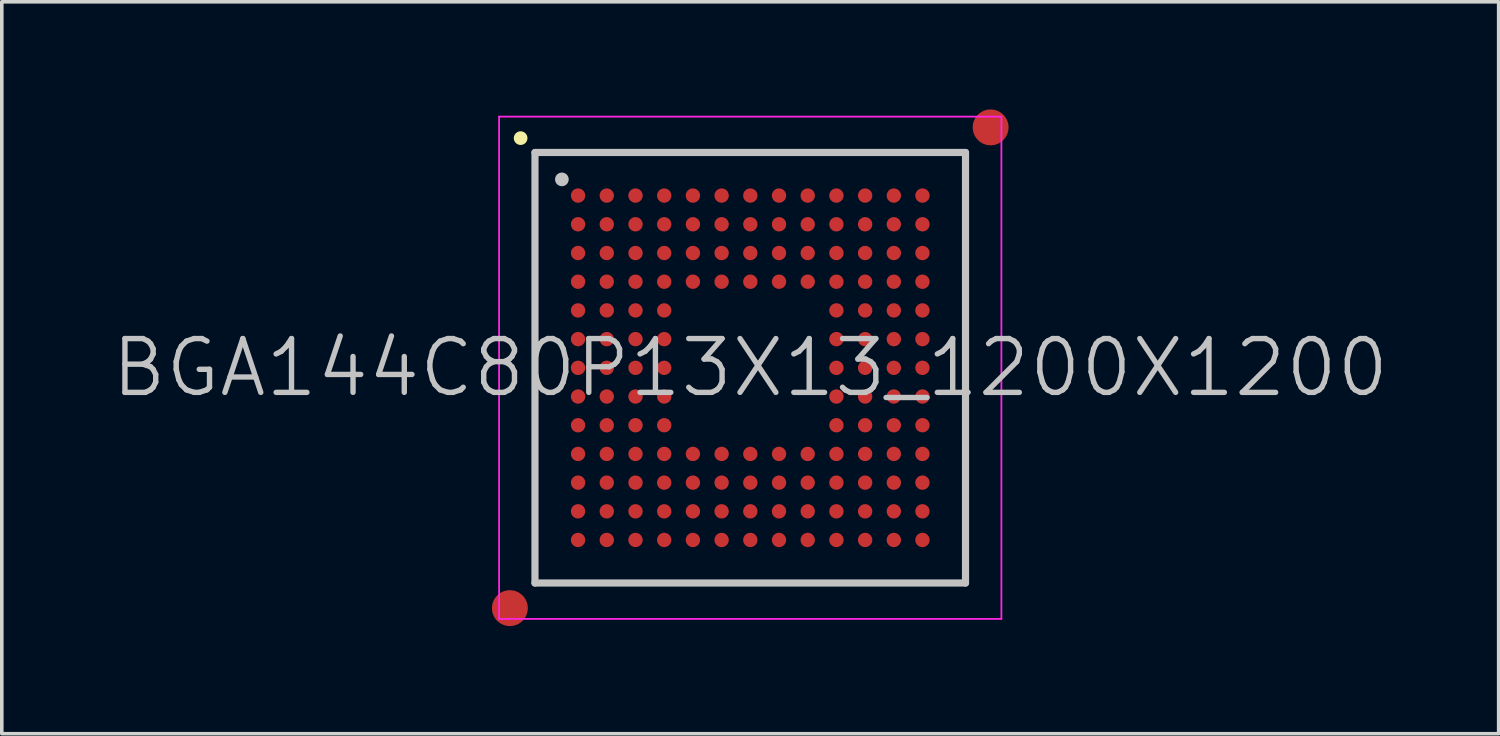
<source format=kicad_pcb>
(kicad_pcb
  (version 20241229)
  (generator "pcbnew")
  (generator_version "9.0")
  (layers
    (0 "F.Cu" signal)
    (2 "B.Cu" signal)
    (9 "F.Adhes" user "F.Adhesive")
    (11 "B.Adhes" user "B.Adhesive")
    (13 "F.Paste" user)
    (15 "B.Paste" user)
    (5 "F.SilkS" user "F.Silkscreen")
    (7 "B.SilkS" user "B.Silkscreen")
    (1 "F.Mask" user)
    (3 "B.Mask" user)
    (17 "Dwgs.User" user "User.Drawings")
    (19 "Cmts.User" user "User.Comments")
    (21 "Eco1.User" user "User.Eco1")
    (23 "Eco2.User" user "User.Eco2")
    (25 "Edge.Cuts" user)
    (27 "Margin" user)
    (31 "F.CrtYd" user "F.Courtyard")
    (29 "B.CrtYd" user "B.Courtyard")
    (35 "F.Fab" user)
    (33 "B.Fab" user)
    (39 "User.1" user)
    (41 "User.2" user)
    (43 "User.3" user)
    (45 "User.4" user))
  (footprint "BGA144C80P13X13_1200X1200"
    (layer "F.Cu")
    (at 17.861 7.2)
    (property "Reference" "BGA144C80P13X13_1200X1200" (at 0 0 0) (layer "Dwgs.User") (effects (font (size 1.5 1.5) (thickness 0.15))))
    (attr smd)
    (fp_line (start -6.4 -6.4) (end -6.4 -6.4) (stroke (width 0.381) (type solid)) (layer "F.SilkS"))
    (fp_line (start -6 -6) (end -6 6) (stroke (width 0.2) (type solid)) (layer "Dwgs.User"))
    (fp_line (start -6 -6) (end 6 -6) (stroke (width 0.2) (type solid)) (layer "Dwgs.User"))
    (fp_line (start -6 6) (end 6 6) (stroke (width 0.2) (type solid)) (layer "Dwgs.User"))
    (fp_line (start -5.25 -5.25) (end -5.25 -5.25) (stroke (width 0.381) (type solid)) (layer "Dwgs.User"))
    (fp_line (start 6 -6) (end 6 6) (stroke (width 0.2) (type solid)) (layer "Dwgs.User"))
    (fp_line (start -7 -7) (end -7 7) (stroke (width 0.05) (type solid)) (layer "F.CrtYd"))
    (fp_line (start -7 -7) (end 7 -7) (stroke (width 0.05) (type solid)) (layer "F.CrtYd"))
    (fp_line (start -7 7) (end 7 7) (stroke (width 0.05) (type solid)) (layer "F.CrtYd"))
    (fp_line (start 7 -7) (end 7 7) (stroke (width 0.05) (type solid)) (layer "F.CrtYd"))
    (pad "" smd circle (at -6.7 6.7) (size 1 1) (layers "F.Cu" "F.Mask"))
    (pad "" smd circle (at 6.7 -6.7) (size 1 1) (layers "F.Cu" "F.Mask"))
    (pad "A1" smd circle (at -4.799 -4.799) (size 0.4 0.4) (layers "F.Cu" "F.Mask" "F.Paste"))
    (pad "A2" smd circle (at -3.999 -4.799) (size 0.4 0.4) (layers "F.Cu" "F.Mask" "F.Paste"))
    (pad "A3" smd circle (at -3.198 -4.799) (size 0.4 0.4) (layers "F.Cu" "F.Mask" "F.Paste"))
    (pad "A4" smd circle (at -2.398 -4.799) (size 0.4 0.4) (layers "F.Cu" "F.Mask" "F.Paste"))
    (pad "A5" smd circle (at -1.598 -4.799) (size 0.4 0.4) (layers "F.Cu" "F.Mask" "F.Paste"))
    (pad "A6" smd circle (at -0.798 -4.799) (size 0.4 0.4) (layers "F.Cu" "F.Mask" "F.Paste"))
    (pad "A7" smd circle (at 0.002 -4.799) (size 0.4 0.4) (layers "F.Cu" "F.Mask" "F.Paste"))
    (pad "A8" smd circle (at 0.802 -4.799) (size 0.4 0.4) (layers "F.Cu" "F.Mask" "F.Paste"))
    (pad "A9" smd circle (at 1.602 -4.799) (size 0.4 0.4) (layers "F.Cu" "F.Mask" "F.Paste"))
    (pad "A10" smd circle (at 2.402 -4.799) (size 0.4 0.4) (layers "F.Cu" "F.Mask" "F.Paste"))
    (pad "A11" smd circle (at 3.202 -4.799) (size 0.4 0.4) (layers "F.Cu" "F.Mask" "F.Paste"))
    (pad "A12" smd circle (at 4.002 -4.799) (size 0.4 0.4) (layers "F.Cu" "F.Mask" "F.Paste"))
    (pad "A13" smd circle (at 4.8 -4.799) (size 0.4 0.4) (layers "F.Cu" "F.Mask" "F.Paste"))
    (pad "B1" smd circle (at -4.799 -3.999) (size 0.4 0.4) (layers "F.Cu" "F.Mask" "F.Paste"))
    (pad "B2" smd circle (at -3.999 -3.999) (size 0.4 0.4) (layers "F.Cu" "F.Mask" "F.Paste"))
    (pad "B3" smd circle (at -3.198 -3.999) (size 0.4 0.4) (layers "F.Cu" "F.Mask" "F.Paste"))
    (pad "B4" smd circle (at -2.398 -3.999) (size 0.4 0.4) (layers "F.Cu" "F.Mask" "F.Paste"))
    (pad "B5" smd circle (at -1.598 -3.999) (size 0.4 0.4) (layers "F.Cu" "F.Mask" "F.Paste"))
    (pad "B6" smd circle (at -0.798 -3.999) (size 0.4 0.4) (layers "F.Cu" "F.Mask" "F.Paste"))
    (pad "B7" smd circle (at 0.002 -3.999) (size 0.4 0.4) (layers "F.Cu" "F.Mask" "F.Paste"))
    (pad "B8" smd circle (at 0.802 -3.999) (size 0.4 0.4) (layers "F.Cu" "F.Mask" "F.Paste"))
    (pad "B9" smd circle (at 1.602 -3.999) (size 0.4 0.4) (layers "F.Cu" "F.Mask" "F.Paste"))
    (pad "B10" smd circle (at 2.402 -3.999) (size 0.4 0.4) (layers "F.Cu" "F.Mask" "F.Paste"))
    (pad "B11" smd circle (at 3.202 -3.999) (size 0.4 0.4) (layers "F.Cu" "F.Mask" "F.Paste"))
    (pad "B12" smd circle (at 4.002 -3.999) (size 0.4 0.4) (layers "F.Cu" "F.Mask" "F.Paste"))
    (pad "B13" smd circle (at 4.8 -3.999) (size 0.4 0.4) (layers "F.Cu" "F.Mask" "F.Paste"))
    (pad "C1" smd circle (at -4.799 -3.198) (size 0.4 0.4) (layers "F.Cu" "F.Mask" "F.Paste"))
    (pad "C2" smd circle (at -3.999 -3.198) (size 0.4 0.4) (layers "F.Cu" "F.Mask" "F.Paste"))
    (pad "C3" smd circle (at -3.198 -3.198) (size 0.4 0.4) (layers "F.Cu" "F.Mask" "F.Paste"))
    (pad "C4" smd circle (at -2.398 -3.198) (size 0.4 0.4) (layers "F.Cu" "F.Mask" "F.Paste"))
    (pad "C5" smd circle (at -1.598 -3.198) (size 0.4 0.4) (layers "F.Cu" "F.Mask" "F.Paste"))
    (pad "C6" smd circle (at -0.798 -3.198) (size 0.4 0.4) (layers "F.Cu" "F.Mask" "F.Paste"))
    (pad "C7" smd circle (at 0.002 -3.198) (size 0.4 0.4) (layers "F.Cu" "F.Mask" "F.Paste"))
    (pad "C8" smd circle (at 0.802 -3.198) (size 0.4 0.4) (layers "F.Cu" "F.Mask" "F.Paste"))
    (pad "C9" smd circle (at 1.602 -3.198) (size 0.4 0.4) (layers "F.Cu" "F.Mask" "F.Paste"))
    (pad "C10" smd circle (at 2.402 -3.198) (size 0.4 0.4) (layers "F.Cu" "F.Mask" "F.Paste"))
    (pad "C11" smd circle (at 3.202 -3.198) (size 0.4 0.4) (layers "F.Cu" "F.Mask" "F.Paste"))
    (pad "C12" smd circle (at 4.002 -3.198) (size 0.4 0.4) (layers "F.Cu" "F.Mask" "F.Paste"))
    (pad "C13" smd circle (at 4.8 -3.198) (size 0.4 0.4) (layers "F.Cu" "F.Mask" "F.Paste"))
    (pad "D1" smd circle (at -4.799 -2.398) (size 0.4 0.4) (layers "F.Cu" "F.Mask" "F.Paste"))
    (pad "D2" smd circle (at -3.999 -2.398) (size 0.4 0.4) (layers "F.Cu" "F.Mask" "F.Paste"))
    (pad "D3" smd circle (at -3.198 -2.398) (size 0.4 0.4) (layers "F.Cu" "F.Mask" "F.Paste"))
    (pad "D4" smd circle (at -2.398 -2.398) (size 0.4 0.4) (layers "F.Cu" "F.Mask" "F.Paste"))
    (pad "D5" smd circle (at -1.598 -2.398) (size 0.4 0.4) (layers "F.Cu" "F.Mask" "F.Paste"))
    (pad "D6" smd circle (at -0.798 -2.398) (size 0.4 0.4) (layers "F.Cu" "F.Mask" "F.Paste"))
    (pad "D7" smd circle (at 0.002 -2.398) (size 0.4 0.4) (layers "F.Cu" "F.Mask" "F.Paste"))
    (pad "D8" smd circle (at 0.802 -2.398) (size 0.4 0.4) (layers "F.Cu" "F.Mask" "F.Paste"))
    (pad "D9" smd circle (at 1.602 -2.398) (size 0.4 0.4) (layers "F.Cu" "F.Mask" "F.Paste"))
    (pad "D10" smd circle (at 2.402 -2.398) (size 0.4 0.4) (layers "F.Cu" "F.Mask" "F.Paste"))
    (pad "D11" smd circle (at 3.202 -2.398) (size 0.4 0.4) (layers "F.Cu" "F.Mask" "F.Paste"))
    (pad "D12" smd circle (at 4.002 -2.398) (size 0.4 0.4) (layers "F.Cu" "F.Mask" "F.Paste"))
    (pad "D13" smd circle (at 4.8 -2.398) (size 0.4 0.4) (layers "F.Cu" "F.Mask" "F.Paste"))
    (pad "E1" smd circle (at -4.799 -1.598) (size 0.4 0.4) (layers "F.Cu" "F.Mask" "F.Paste"))
    (pad "E2" smd circle (at -3.999 -1.598) (size 0.4 0.4) (layers "F.Cu" "F.Mask" "F.Paste"))
    (pad "E3" smd circle (at -3.198 -1.598) (size 0.4 0.4) (layers "F.Cu" "F.Mask" "F.Paste"))
    (pad "E4" smd circle (at -2.398 -1.598) (size 0.4 0.4) (layers "F.Cu" "F.Mask" "F.Paste"))
    (pad "E10" smd circle (at 2.402 -1.598) (size 0.4 0.4) (layers "F.Cu" "F.Mask" "F.Paste"))
    (pad "E11" smd circle (at 3.202 -1.598) (size 0.4 0.4) (layers "F.Cu" "F.Mask" "F.Paste"))
    (pad "E12" smd circle (at 4.002 -1.598) (size 0.4 0.4) (layers "F.Cu" "F.Mask" "F.Paste"))
    (pad "E13" smd circle (at 4.8 -1.598) (size 0.4 0.4) (layers "F.Cu" "F.Mask" "F.Paste"))
    (pad "F1" smd circle (at -4.799 -0.798) (size 0.4 0.4) (layers "F.Cu" "F.Mask" "F.Paste"))
    (pad "F2" smd circle (at -3.999 -0.798) (size 0.4 0.4) (layers "F.Cu" "F.Mask" "F.Paste"))
    (pad "F3" smd circle (at -3.198 -0.798) (size 0.4 0.4) (layers "F.Cu" "F.Mask" "F.Paste"))
    (pad "F4" smd circle (at -2.398 -0.798) (size 0.4 0.4) (layers "F.Cu" "F.Mask" "F.Paste"))
    (pad "F10" smd circle (at 2.402 -0.798) (size 0.4 0.4) (layers "F.Cu" "F.Mask" "F.Paste"))
    (pad "F11" smd circle (at 3.202 -0.798) (size 0.4 0.4) (layers "F.Cu" "F.Mask" "F.Paste"))
    (pad "F12" smd circle (at 4.002 -0.798) (size 0.4 0.4) (layers "F.Cu" "F.Mask" "F.Paste"))
    (pad "F13" smd circle (at 4.8 -0.798) (size 0.4 0.4) (layers "F.Cu" "F.Mask" "F.Paste"))
    (pad "G1" smd circle (at -4.799 0.002) (size 0.4 0.4) (layers "F.Cu" "F.Mask" "F.Paste"))
    (pad "G2" smd circle (at -3.999 0.002) (size 0.4 0.4) (layers "F.Cu" "F.Mask" "F.Paste"))
    (pad "G3" smd circle (at -3.198 0.002) (size 0.4 0.4) (layers "F.Cu" "F.Mask" "F.Paste"))
    (pad "G4" smd circle (at -2.398 0.002) (size 0.4 0.4) (layers "F.Cu" "F.Mask" "F.Paste"))
    (pad "G10" smd circle (at 2.402 0.002) (size 0.4 0.4) (layers "F.Cu" "F.Mask" "F.Paste"))
    (pad "G11" smd circle (at 3.202 0.002) (size 0.4 0.4) (layers "F.Cu" "F.Mask" "F.Paste"))
    (pad "G12" smd circle (at 4.002 0.002) (size 0.4 0.4) (layers "F.Cu" "F.Mask" "F.Paste"))
    (pad "G13" smd circle (at 4.8 0.002) (size 0.4 0.4) (layers "F.Cu" "F.Mask" "F.Paste"))
    (pad "H1" smd circle (at -4.799 0.802) (size 0.4 0.4) (layers "F.Cu" "F.Mask" "F.Paste"))
    (pad "H2" smd circle (at -3.999 0.802) (size 0.4 0.4) (layers "F.Cu" "F.Mask" "F.Paste"))
    (pad "H3" smd circle (at -3.198 0.802) (size 0.4 0.4) (layers "F.Cu" "F.Mask" "F.Paste"))
    (pad "H4" smd circle (at -2.398 0.802) (size 0.4 0.4) (layers "F.Cu" "F.Mask" "F.Paste"))
    (pad "H10" smd circle (at 2.402 0.802) (size 0.4 0.4) (layers "F.Cu" "F.Mask" "F.Paste"))
    (pad "H11" smd circle (at 3.202 0.802) (size 0.4 0.4) (layers "F.Cu" "F.Mask" "F.Paste"))
    (pad "H12" smd circle (at 4.002 0.802) (size 0.4 0.4) (layers "F.Cu" "F.Mask" "F.Paste"))
    (pad "H13" smd circle (at 4.8 0.802) (size 0.4 0.4) (layers "F.Cu" "F.Mask" "F.Paste"))
    (pad "J1" smd circle (at -4.799 1.602) (size 0.4 0.4) (layers "F.Cu" "F.Mask" "F.Paste"))
    (pad "J2" smd circle (at -3.999 1.602) (size 0.4 0.4) (layers "F.Cu" "F.Mask" "F.Paste"))
    (pad "J3" smd circle (at -3.198 1.602) (size 0.4 0.4) (layers "F.Cu" "F.Mask" "F.Paste"))
    (pad "J4" smd circle (at -2.398 1.602) (size 0.4 0.4) (layers "F.Cu" "F.Mask" "F.Paste"))
    (pad "J10" smd circle (at 2.402 1.602) (size 0.4 0.4) (layers "F.Cu" "F.Mask" "F.Paste"))
    (pad "J11" smd circle (at 3.202 1.602) (size 0.4 0.4) (layers "F.Cu" "F.Mask" "F.Paste"))
    (pad "J12" smd circle (at 4.002 1.602) (size 0.4 0.4) (layers "F.Cu" "F.Mask" "F.Paste"))
    (pad "J13" smd circle (at 4.8 1.602) (size 0.4 0.4) (layers "F.Cu" "F.Mask" "F.Paste"))
    (pad "K1" smd circle (at -4.799 2.402) (size 0.4 0.4) (layers "F.Cu" "F.Mask" "F.Paste"))
    (pad "K2" smd circle (at -3.999 2.402) (size 0.4 0.4) (layers "F.Cu" "F.Mask" "F.Paste"))
    (pad "K3" smd circle (at -3.198 2.402) (size 0.4 0.4) (layers "F.Cu" "F.Mask" "F.Paste"))
    (pad "K4" smd circle (at -2.398 2.402) (size 0.4 0.4) (layers "F.Cu" "F.Mask" "F.Paste"))
    (pad "K5" smd circle (at -1.598 2.402) (size 0.4 0.4) (layers "F.Cu" "F.Mask" "F.Paste"))
    (pad "K6" smd circle (at -0.798 2.402) (size 0.4 0.4) (layers "F.Cu" "F.Mask" "F.Paste"))
    (pad "K7" smd circle (at 0.002 2.402) (size 0.4 0.4) (layers "F.Cu" "F.Mask" "F.Paste"))
    (pad "K8" smd circle (at 0.802 2.402) (size 0.4 0.4) (layers "F.Cu" "F.Mask" "F.Paste"))
    (pad "K9" smd circle (at 1.602 2.402) (size 0.4 0.4) (layers "F.Cu" "F.Mask" "F.Paste"))
    (pad "K10" smd circle (at 2.402 2.402) (size 0.4 0.4) (layers "F.Cu" "F.Mask" "F.Paste"))
    (pad "K11" smd circle (at 3.202 2.402) (size 0.4 0.4) (layers "F.Cu" "F.Mask" "F.Paste"))
    (pad "K12" smd circle (at 4.002 2.402) (size 0.4 0.4) (layers "F.Cu" "F.Mask" "F.Paste"))
    (pad "K13" smd circle (at 4.8 2.402) (size 0.4 0.4) (layers "F.Cu" "F.Mask" "F.Paste"))
    (pad "L1" smd circle (at -4.799 3.202) (size 0.4 0.4) (layers "F.Cu" "F.Mask" "F.Paste"))
    (pad "L2" smd circle (at -3.999 3.202) (size 0.4 0.4) (layers "F.Cu" "F.Mask" "F.Paste"))
    (pad "L3" smd circle (at -3.198 3.202) (size 0.4 0.4) (layers "F.Cu" "F.Mask" "F.Paste"))
    (pad "L4" smd circle (at -2.398 3.202) (size 0.4 0.4) (layers "F.Cu" "F.Mask" "F.Paste"))
    (pad "L5" smd circle (at -1.598 3.202) (size 0.4 0.4) (layers "F.Cu" "F.Mask" "F.Paste"))
    (pad "L6" smd circle (at -0.798 3.202) (size 0.4 0.4) (layers "F.Cu" "F.Mask" "F.Paste"))
    (pad "L7" smd circle (at 0.002 3.202) (size 0.4 0.4) (layers "F.Cu" "F.Mask" "F.Paste"))
    (pad "L8" smd circle (at 0.802 3.202) (size 0.4 0.4) (layers "F.Cu" "F.Mask" "F.Paste"))
    (pad "L9" smd circle (at 1.602 3.202) (size 0.4 0.4) (layers "F.Cu" "F.Mask" "F.Paste"))
    (pad "L10" smd circle (at 2.402 3.202) (size 0.4 0.4) (layers "F.Cu" "F.Mask" "F.Paste"))
    (pad "L11" smd circle (at 3.202 3.202) (size 0.4 0.4) (layers "F.Cu" "F.Mask" "F.Paste"))
    (pad "L12" smd circle (at 4.002 3.202) (size 0.4 0.4) (layers "F.Cu" "F.Mask" "F.Paste"))
    (pad "L13" smd circle (at 4.8 3.202) (size 0.4 0.4) (layers "F.Cu" "F.Mask" "F.Paste"))
    (pad "M1" smd circle (at -4.799 4.002) (size 0.4 0.4) (layers "F.Cu" "F.Mask" "F.Paste"))
    (pad "M2" smd circle (at -3.999 4.002) (size 0.4 0.4) (layers "F.Cu" "F.Mask" "F.Paste"))
    (pad "M3" smd circle (at -3.198 4.002) (size 0.4 0.4) (layers "F.Cu" "F.Mask" "F.Paste"))
    (pad "M4" smd circle (at -2.398 4.002) (size 0.4 0.4) (layers "F.Cu" "F.Mask" "F.Paste"))
    (pad "M5" smd circle (at -1.598 4.002) (size 0.4 0.4) (layers "F.Cu" "F.Mask" "F.Paste"))
    (pad "M6" smd circle (at -0.798 4.002) (size 0.4 0.4) (layers "F.Cu" "F.Mask" "F.Paste"))
    (pad "M7" smd circle (at 0.002 4.002) (size 0.4 0.4) (layers "F.Cu" "F.Mask" "F.Paste"))
    (pad "M8" smd circle (at 0.802 4.002) (size 0.4 0.4) (layers "F.Cu" "F.Mask" "F.Paste"))
    (pad "M9" smd circle (at 1.602 4.002) (size 0.4 0.4) (layers "F.Cu" "F.Mask" "F.Paste"))
    (pad "M10" smd circle (at 2.402 4.002) (size 0.4 0.4) (layers "F.Cu" "F.Mask" "F.Paste"))
    (pad "M11" smd circle (at 3.202 4.002) (size 0.4 0.4) (layers "F.Cu" "F.Mask" "F.Paste"))
    (pad "M12" smd circle (at 4.002 4.002) (size 0.4 0.4) (layers "F.Cu" "F.Mask" "F.Paste"))
    (pad "M13" smd circle (at 4.8 4.002) (size 0.4 0.4) (layers "F.Cu" "F.Mask" "F.Paste"))
    (pad "N1" smd circle (at -4.799 4.8) (size 0.4 0.4) (layers "F.Cu" "F.Mask" "F.Paste"))
    (pad "N2" smd circle (at -3.999 4.8) (size 0.4 0.4) (layers "F.Cu" "F.Mask" "F.Paste"))
    (pad "N3" smd circle (at -3.198 4.8) (size 0.4 0.4) (layers "F.Cu" "F.Mask" "F.Paste"))
    (pad "N4" smd circle (at -2.398 4.8) (size 0.4 0.4) (layers "F.Cu" "F.Mask" "F.Paste"))
    (pad "N5" smd circle (at -1.598 4.8) (size 0.4 0.4) (layers "F.Cu" "F.Mask" "F.Paste"))
    (pad "N6" smd circle (at -0.798 4.8) (size 0.4 0.4) (layers "F.Cu" "F.Mask" "F.Paste"))
    (pad "N7" smd circle (at 0.002 4.8) (size 0.4 0.4) (layers "F.Cu" "F.Mask" "F.Paste"))
    (pad "N8" smd circle (at 0.802 4.8) (size 0.4 0.4) (layers "F.Cu" "F.Mask" "F.Paste"))
    (pad "N9" smd circle (at 1.602 4.8) (size 0.4 0.4) (layers "F.Cu" "F.Mask" "F.Paste"))
    (pad "N10" smd circle (at 2.402 4.8) (size 0.4 0.4) (layers "F.Cu" "F.Mask" "F.Paste"))
    (pad "N11" smd circle (at 3.202 4.8) (size 0.4 0.4) (layers "F.Cu" "F.Mask" "F.Paste"))
    (pad "N12" smd circle (at 4.002 4.8) (size 0.4 0.4) (layers "F.Cu" "F.Mask" "F.Paste"))
    (pad "N13" smd circle (at 4.8 4.8) (size 0.4 0.4) (layers "F.Cu" "F.Mask" "F.Paste")))
  (gr_rect
    (start -3 -3)
    (end 38.721 17.4)
    (stroke (width 0.1) (type default))
    (fill no)
    (layer "Edge.Cuts")))
</source>
